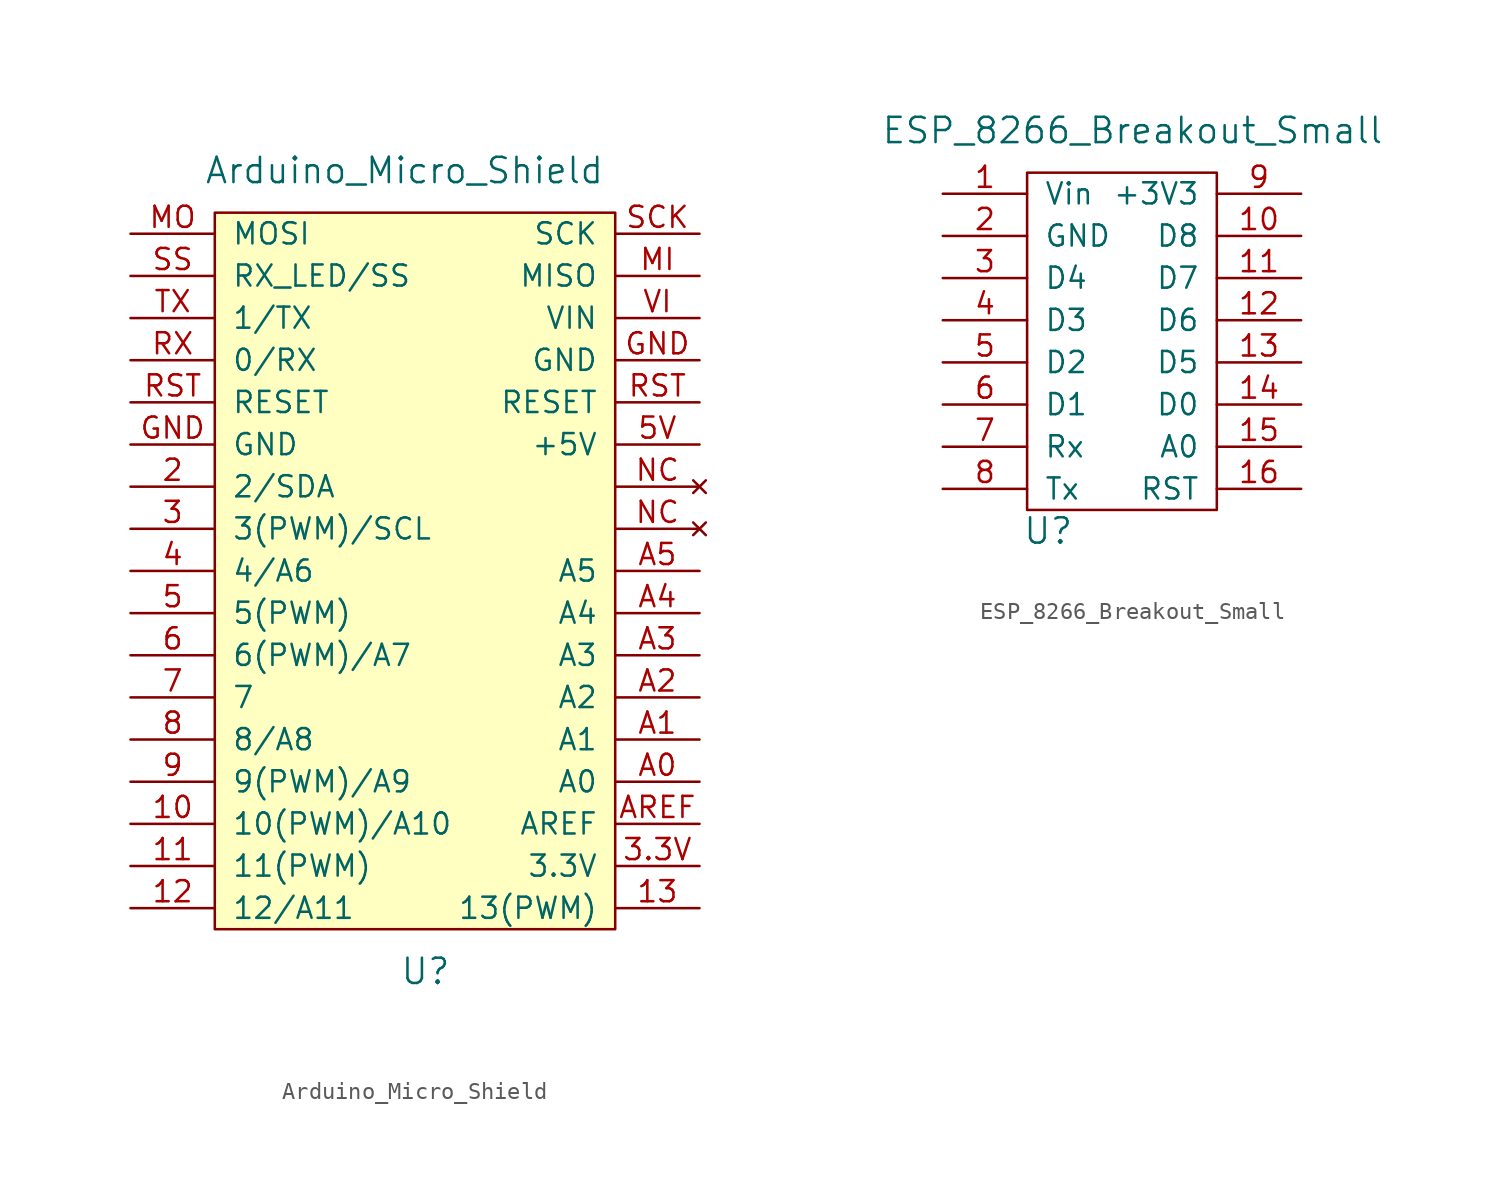
<source format=kicad_sym>
(kicad_symbol_lib
  (version 20241209)
  (generator "kicad_symbol_editor")
  (generator_version "9.0")
  (symbol "Arduino_Micro_Shield"
    (pin_names
      (offset 1.016))
    (property "Reference" "U"
      (at 0 -25.4 0)
      (effects (font (size 1.524 1.524))))
    (property "Value" "Arduino_Micro_Shield"
      (at -1.27 22.86 0)
      (effects (font (size 1.524 1.524))))
    (property "Footprint" ""
      (at -13.97 10.16 90)
      (effects (font (size 1.524 1.524))))
    (property "Datasheet" ""
      (at -13.97 10.16 90)
      (effects (font (size 1.524 1.524))))
    (symbol "Arduino_Micro_Shield_0_1"
      (rectangle (start -12.7 20.32) (end 11.43 -22.86) (stroke (width 0) (type default)) (fill (type background))))
    (symbol "Arduino_Micro_Shield_1_1"
      (pin bidirectional line (at -17.78 19.05 0) (length 5.08) (name "MOSI" (effects (font (size 1.27 1.27)))) (number "MO" (effects (font (size 1.27 1.27)))))
      (pin bidirectional line (at -17.78 16.51 0) (length 5.08) (name "RX_LED/SS" (effects (font (size 1.27 1.27)))) (number "SS" (effects (font (size 1.27 1.27)))))
      (pin bidirectional line (at -17.78 13.97 0) (length 5.08) (name "1/TX" (effects (font (size 1.27 1.27)))) (number "TX" (effects (font (size 1.27 1.27)))))
      (pin bidirectional line (at -17.78 11.43 0) (length 5.08) (name "0/RX" (effects (font (size 1.27 1.27)))) (number "RX" (effects (font (size 1.27 1.27)))))
      (pin bidirectional line (at -17.78 8.89 0) (length 5.08) (name "RESET" (effects (font (size 1.27 1.27)))) (number "RST" (effects (font (size 1.27 1.27)))))
      (pin power_in line (at -17.78 6.35 0) (length 5.08) (name "GND" (effects (font (size 1.27 1.27)))) (number "GND" (effects (font (size 1.27 1.27)))))
      (pin bidirectional line (at -17.78 3.81 0) (length 5.08) (name "2/SDA" (effects (font (size 1.27 1.27)))) (number "2" (effects (font (size 1.27 1.27)))))
      (pin bidirectional line (at -17.78 1.27 0) (length 5.08) (name "3(PWM)/SCL" (effects (font (size 1.27 1.27)))) (number "3" (effects (font (size 1.27 1.27)))))
      (pin bidirectional line (at -17.78 -1.27 0) (length 5.08) (name "4/A6" (effects (font (size 1.27 1.27)))) (number "4" (effects (font (size 1.27 1.27)))))
      (pin bidirectional line (at -17.78 -3.81 0) (length 5.08) (name "5(PWM)" (effects (font (size 1.27 1.27)))) (number "5" (effects (font (size 1.27 1.27)))))
      (pin bidirectional line (at -17.78 -6.35 0) (length 5.08) (name "6(PWM)/A7" (effects (font (size 1.27 1.27)))) (number "6" (effects (font (size 1.27 1.27)))))
      (pin bidirectional line (at -17.78 -8.89 0) (length 5.08) (name "7" (effects (font (size 1.27 1.27)))) (number "7" (effects (font (size 1.27 1.27)))))
      (pin bidirectional line (at -17.78 -11.43 0) (length 5.08) (name "8/A8" (effects (font (size 1.27 1.27)))) (number "8" (effects (font (size 1.27 1.27)))))
      (pin bidirectional line (at -17.78 -13.97 0) (length 5.08) (name "9(PWM)/A9" (effects (font (size 1.27 1.27)))) (number "9" (effects (font (size 1.27 1.27)))))
      (pin bidirectional line (at -17.78 -16.51 0) (length 5.08) (name "10(PWM)/A10" (effects (font (size 1.27 1.27)))) (number "10" (effects (font (size 1.27 1.27)))))
      (pin bidirectional line (at -17.78 -19.05 0) (length 5.08) (name "11(PWM)" (effects (font (size 1.27 1.27)))) (number "11" (effects (font (size 1.27 1.27)))))
      (pin bidirectional line (at -17.78 -21.59 0) (length 5.08) (name "12/A11" (effects (font (size 1.27 1.27)))) (number "12" (effects (font (size 1.27 1.27)))))
      (pin bidirectional line (at 16.51 19.05 180) (length 5.08) (name "SCK" (effects (font (size 1.27 1.27)))) (number "SCK" (effects (font (size 1.27 1.27)))))
      (pin bidirectional line (at 16.51 16.51 180) (length 5.08) (name "MISO" (effects (font (size 1.27 1.27)))) (number "MI" (effects (font (size 1.27 1.27)))))
      (pin power_in line (at 16.51 13.97 180) (length 5.08) (name "VIN" (effects (font (size 1.27 1.27)))) (number "VI" (effects (font (size 1.27 1.27)))))
      (pin power_in line (at 16.51 11.43 180) (length 5.08) (name "GND" (effects (font (size 1.27 1.27)))) (number "GND" (effects (font (size 1.27 1.27)))))
      (pin bidirectional line (at 16.51 8.89 180) (length 5.08) (name "RESET" (effects (font (size 1.27 1.27)))) (number "RST" (effects (font (size 1.27 1.27)))))
      (pin power_in line (at 16.51 6.35 180) (length 5.08) (name "+5V" (effects (font (size 1.27 1.27)))) (number "5V" (effects (font (size 1.27 1.27)))))
      (pin no_connect line (at 16.51 3.81 180) (length 5.08) (name "~" (effects (font (size 1.27 1.27)))) (number "NC" (effects (font (size 1.27 1.27)))))
      (pin no_connect line (at 16.51 1.27 180) (length 5.08) (name "~" (effects (font (size 1.27 1.27)))) (number "NC" (effects (font (size 1.27 1.27)))))
      (pin bidirectional line (at 16.51 -1.27 180) (length 5.08) (name "A5" (effects (font (size 1.27 1.27)))) (number "A5" (effects (font (size 1.27 1.27)))))
      (pin bidirectional line (at 16.51 -3.81 180) (length 5.08) (name "A4" (effects (font (size 1.27 1.27)))) (number "A4" (effects (font (size 1.27 1.27)))))
      (pin bidirectional line (at 16.51 -6.35 180) (length 5.08) (name "A3" (effects (font (size 1.27 1.27)))) (number "A3" (effects (font (size 1.27 1.27)))))
      (pin bidirectional line (at 16.51 -8.89 180) (length 5.08) (name "A2" (effects (font (size 1.27 1.27)))) (number "A2" (effects (font (size 1.27 1.27)))))
      (pin bidirectional line (at 16.51 -11.43 180) (length 5.08) (name "A1" (effects (font (size 1.27 1.27)))) (number "A1" (effects (font (size 1.27 1.27)))))
      (pin bidirectional line (at 16.51 -13.97 180) (length 5.08) (name "A0" (effects (font (size 1.27 1.27)))) (number "A0" (effects (font (size 1.27 1.27)))))
      (pin power_in line (at 16.51 -16.51 180) (length 5.08) (name "AREF" (effects (font (size 1.27 1.27)))) (number "AREF" (effects (font (size 1.27 1.27)))))
      (pin power_in line (at 16.51 -19.05 180) (length 5.08) (name "3.3V" (effects (font (size 1.27 1.27)))) (number "3.3V" (effects (font (size 1.27 1.27)))))
      (pin bidirectional line (at 16.51 -21.59 180) (length 5.08) (name "13(PWM)" (effects (font (size 1.27 1.27)))) (number "13" (effects (font (size 1.27 1.27)))))))
  (symbol "ESP_8266_Breakout_Small"
    (pin_names
      (offset 1.016))
    (property "Reference" "U"
      (at 1.27 -1.27 0)
      (effects (font (size 1.524 1.524))))
    (property "Value" "ESP_8266_Breakout_Small"
      (at 6.35 22.86 0)
      (effects (font (size 1.524 1.524))))
    (symbol "ESP_8266_Breakout_Small_0_1"
      (rectangle (start 0 0) (end 11.43 20.32) (stroke (width 0) (type default)) (fill (type none))))
    (symbol "ESP_8266_Breakout_Small_1_1"
      (pin input line (at -5.08 19.05 0) (length 5.08) (name "Vin" (effects (font (size 1.27 1.27)))) (number "1" (effects (font (size 1.27 1.27)))))
      (pin input line (at -5.08 16.51 0) (length 5.08) (name "GND" (effects (font (size 1.27 1.27)))) (number "2" (effects (font (size 1.27 1.27)))))
      (pin input line (at -5.08 13.97 0) (length 5.08) (name "D4" (effects (font (size 1.27 1.27)))) (number "3" (effects (font (size 1.27 1.27)))))
      (pin input line (at -5.08 11.43 0) (length 5.08) (name "D3" (effects (font (size 1.27 1.27)))) (number "4" (effects (font (size 1.27 1.27)))))
      (pin input line (at -5.08 8.89 0) (length 5.08) (name "D2" (effects (font (size 1.27 1.27)))) (number "5" (effects (font (size 1.27 1.27)))))
      (pin input line (at -5.08 6.35 0) (length 5.08) (name "D1" (effects (font (size 1.27 1.27)))) (number "6" (effects (font (size 1.27 1.27)))))
      (pin input line (at -5.08 3.81 0) (length 5.08) (name "Rx" (effects (font (size 1.27 1.27)))) (number "7" (effects (font (size 1.27 1.27)))))
      (pin input line (at -5.08 1.27 0) (length 5.08) (name "Tx" (effects (font (size 1.27 1.27)))) (number "8" (effects (font (size 1.27 1.27)))))
      (pin input line (at 16.51 19.05 180) (length 5.08) (name "+3V3" (effects (font (size 1.27 1.27)))) (number "9" (effects (font (size 1.27 1.27)))))
      (pin input line (at 16.51 16.51 180) (length 5.08) (name "D8" (effects (font (size 1.27 1.27)))) (number "10" (effects (font (size 1.27 1.27)))))
      (pin input line (at 16.51 13.97 180) (length 5.08) (name "D7" (effects (font (size 1.27 1.27)))) (number "11" (effects (font (size 1.27 1.27)))))
      (pin input line (at 16.51 11.43 180) (length 5.08) (name "D6" (effects (font (size 1.27 1.27)))) (number "12" (effects (font (size 1.27 1.27)))))
      (pin input line (at 16.51 8.89 180) (length 5.08) (name "D5" (effects (font (size 1.27 1.27)))) (number "13" (effects (font (size 1.27 1.27)))))
      (pin input line (at 16.51 6.35 180) (length 5.08) (name "D0" (effects (font (size 1.27 1.27)))) (number "14" (effects (font (size 1.27 1.27)))))
      (pin input line (at 16.51 3.81 180) (length 5.08) (name "A0" (effects (font (size 1.27 1.27)))) (number "15" (effects (font (size 1.27 1.27)))))
      (pin input line (at 16.51 1.27 180) (length 5.08) (name "RST" (effects (font (size 1.27 1.27)))) (number "16" (effects (font (size 1.27 1.27))))))))
</source>
